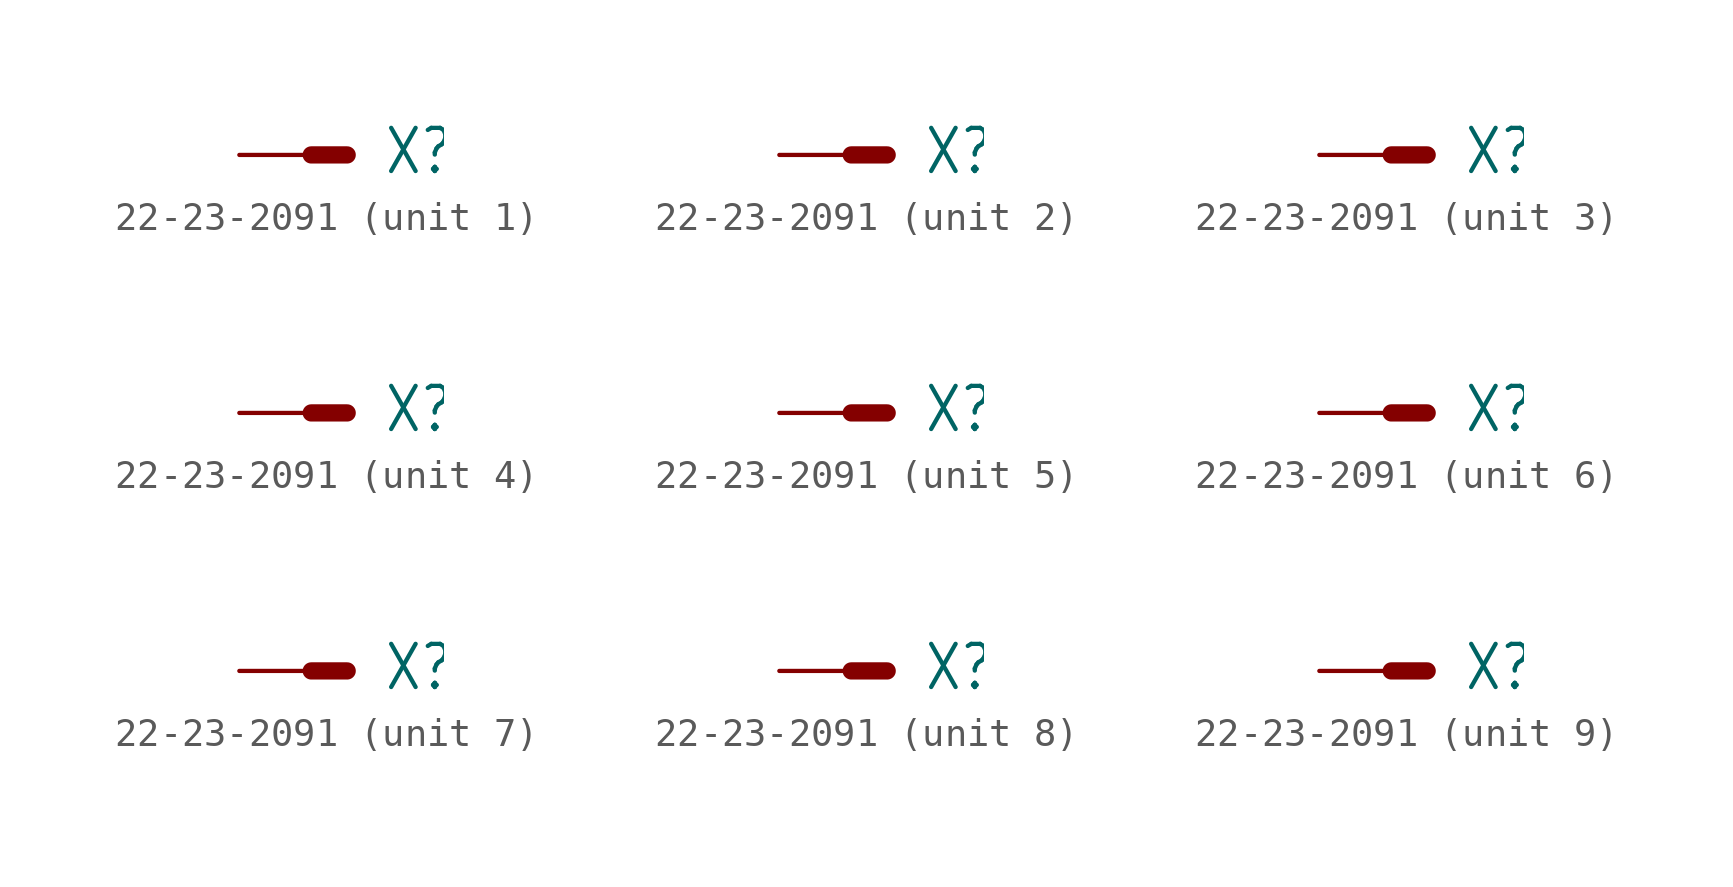
<source format=kicad_sym>
(kicad_symbol_lib
  (version 20211014)
  (generator kicad_symbol_editor)
  (symbol "22-23-2091"
    (property "Reference" "X"
      (at 2.54 -0.762 0)
      (effects (font (size 1.524 1.295)) (justify left bottom)))
    (property "ki_locked" ""
      (at 0 0 0)
      (effects (font (size 1.27 1.27))))
    (symbol "22-23-2091_1_0"
      (polyline (pts (xy 1.27 0) (xy 0 0)) (stroke (width 0.61) (type default) (color 0 0 0 0)) (fill (type none)))
      (pin passive line (at -2.54 0 0) (length 2.54) (name "S" (effects (font (size 0 0)))) (number "1" (effects (font (size 0 0))))))
    (symbol "22-23-2091_2_0"
      (polyline (pts (xy 1.27 0) (xy 0 0)) (stroke (width 0.61) (type default) (color 0 0 0 0)) (fill (type none)))
      (pin passive line (at -2.54 0 0) (length 2.54) (name "S" (effects (font (size 0 0)))) (number "2" (effects (font (size 0 0))))))
    (symbol "22-23-2091_3_0"
      (polyline (pts (xy 1.27 0) (xy 0 0)) (stroke (width 0.61) (type default) (color 0 0 0 0)) (fill (type none)))
      (pin passive line (at -2.54 0 0) (length 2.54) (name "S" (effects (font (size 0 0)))) (number "3" (effects (font (size 0 0))))))
    (symbol "22-23-2091_4_0"
      (polyline (pts (xy 1.27 0) (xy 0 0)) (stroke (width 0.61) (type default) (color 0 0 0 0)) (fill (type none)))
      (pin passive line (at -2.54 0 0) (length 2.54) (name "S" (effects (font (size 0 0)))) (number "4" (effects (font (size 0 0))))))
    (symbol "22-23-2091_5_0"
      (polyline (pts (xy 1.27 0) (xy 0 0)) (stroke (width 0.61) (type default) (color 0 0 0 0)) (fill (type none)))
      (pin passive line (at -2.54 0 0) (length 2.54) (name "S" (effects (font (size 0 0)))) (number "5" (effects (font (size 0 0))))))
    (symbol "22-23-2091_6_0"
      (polyline (pts (xy 1.27 0) (xy 0 0)) (stroke (width 0.61) (type default) (color 0 0 0 0)) (fill (type none)))
      (pin passive line (at -2.54 0 0) (length 2.54) (name "S" (effects (font (size 0 0)))) (number "6" (effects (font (size 0 0))))))
    (symbol "22-23-2091_7_0"
      (polyline (pts (xy 1.27 0) (xy 0 0)) (stroke (width 0.61) (type default) (color 0 0 0 0)) (fill (type none)))
      (pin passive line (at -2.54 0 0) (length 2.54) (name "S" (effects (font (size 0 0)))) (number "7" (effects (font (size 0 0))))))
    (symbol "22-23-2091_8_0"
      (polyline (pts (xy 1.27 0) (xy 0 0)) (stroke (width 0.61) (type default) (color 0 0 0 0)) (fill (type none)))
      (pin passive line (at -2.54 0 0) (length 2.54) (name "S" (effects (font (size 0 0)))) (number "8" (effects (font (size 0 0))))))
    (symbol "22-23-2091_9_0"
      (polyline (pts (xy 1.27 0) (xy 0 0)) (stroke (width 0.61) (type default) (color 0 0 0 0)) (fill (type none)))
      (pin passive line (at -2.54 0 0) (length 2.54) (name "S" (effects (font (size 0 0)))) (number "9" (effects (font (size 0 0))))))))
</source>
